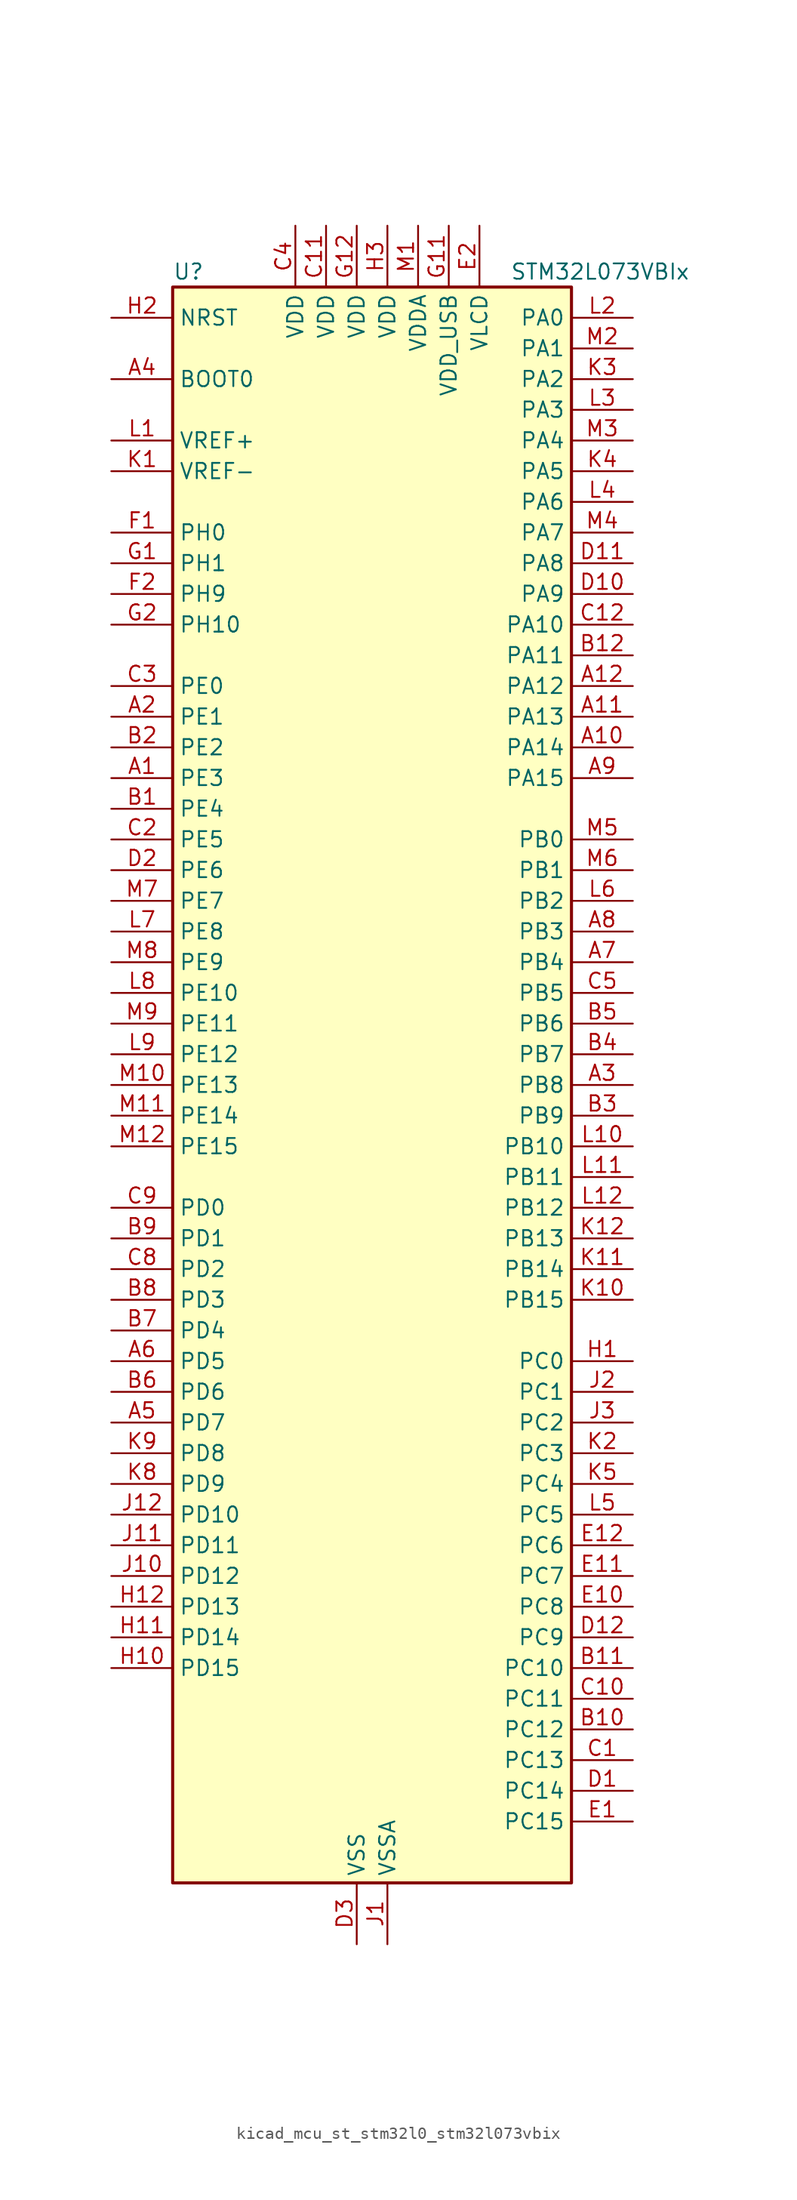
<source format=kicad_sym>
(kicad_symbol_lib
  (version 20220914)
  (generator kicad_symbol_editor)
  (symbol "kicad_mcu_st_stm32l0_stm32l073vbix"
    (property "Reference" "U"
      (at -15.24 67.31 0)
      (effects (font (size 1.27 1.27)) (justify left)))
    (property "Value" "STM32L073VBIx"
      (at 12.7 67.31 0)
      (effects (font (size 1.27 1.27)) (justify left)))
    (property "ki_locked" ""
      (at 0 0 0)
      (effects (font (size 1.27 1.27))))
    (symbol "kicad_mcu_st_stm32l0_stm32l073vbix_0_1"
      (rectangle (start -15.24 -66.04) (end 17.78 66.04) (stroke (width 0.254) (type default)) (fill (type background))))
    (symbol "kicad_mcu_st_stm32l0_stm32l073vbix_1_1"
      (pin bidirectional line (at -20.32 25.4 0) (length 5.08) (name "PE3" (effects (font (size 1.27 1.27)))) (number "A1" (effects (font (size 1.27 1.27)))) (alternate "LCD_SEG39" bidirectional line) (alternate "TIM22_CH1" bidirectional line) (alternate "TIM3_CH1" bidirectional line))
      (pin bidirectional line (at 22.86 27.94 180) (length 5.08) (name "PA14" (effects (font (size 1.27 1.27)))) (number "A10" (effects (font (size 1.27 1.27)))) (alternate "LPUART1_TX" bidirectional line) (alternate "SYS_SWCLK" bidirectional line) (alternate "USART2_TX" bidirectional line))
      (pin bidirectional line (at 22.86 30.48 180) (length 5.08) (name "PA13" (effects (font (size 1.27 1.27)))) (number "A11" (effects (font (size 1.27 1.27)))) (alternate "LPUART1_RX" bidirectional line) (alternate "SYS_SWDIO" bidirectional line) (alternate "USB_NOE" bidirectional line))
      (pin bidirectional line (at 22.86 33.02 180) (length 5.08) (name "PA12" (effects (font (size 1.27 1.27)))) (number "A12" (effects (font (size 1.27 1.27)))) (alternate "COMP2_OUT" bidirectional line) (alternate "SPI1_MOSI" bidirectional line) (alternate "TSC_G4_IO4" bidirectional line) (alternate "USART1_DE" bidirectional line) (alternate "USART1_RTS" bidirectional line) (alternate "USB_DP" bidirectional line))
      (pin bidirectional line (at -20.32 30.48 0) (length 5.08) (name "PE1" (effects (font (size 1.27 1.27)))) (number "A2" (effects (font (size 1.27 1.27)))) (alternate "LCD_SEG37" bidirectional line))
      (pin bidirectional line (at 22.86 0 180) (length 5.08) (name "PB8" (effects (font (size 1.27 1.27)))) (number "A3" (effects (font (size 1.27 1.27)))) (alternate "I2C1_SCL" bidirectional line) (alternate "LCD_SEG16" bidirectional line) (alternate "TSC_SYNC" bidirectional line))
      (pin input line (at -20.32 58.42 0) (length 5.08) (name "BOOT0" (effects (font (size 1.27 1.27)))) (number "A4" (effects (font (size 1.27 1.27)))))
      (pin bidirectional line (at -20.32 -27.94 0) (length 5.08) (name "PD7" (effects (font (size 1.27 1.27)))) (number "A5" (effects (font (size 1.27 1.27)))) (alternate "TIM21_CH2" bidirectional line) (alternate "USART2_CK" bidirectional line))
      (pin bidirectional line (at -20.32 -22.86 0) (length 5.08) (name "PD5" (effects (font (size 1.27 1.27)))) (number "A6" (effects (font (size 1.27 1.27)))) (alternate "USART2_TX" bidirectional line))
      (pin bidirectional line (at 22.86 10.16 180) (length 5.08) (name "PB4" (effects (font (size 1.27 1.27)))) (number "A7" (effects (font (size 1.27 1.27)))) (alternate "COMP2_INP" bidirectional line) (alternate "I2C3_SDA" bidirectional line) (alternate "LCD_SEG8" bidirectional line) (alternate "SPI1_MISO" bidirectional line) (alternate "TIM22_CH1" bidirectional line) (alternate "TIM3_CH1" bidirectional line) (alternate "TSC_G5_IO2" bidirectional line) (alternate "USART1_CTS" bidirectional line) (alternate "USART5_RX" bidirectional line))
      (pin bidirectional line (at 22.86 12.7 180) (length 5.08) (name "PB3" (effects (font (size 1.27 1.27)))) (number "A8" (effects (font (size 1.27 1.27)))) (alternate "COMP2_INM" bidirectional line) (alternate "LCD_SEG7" bidirectional line) (alternate "SPI1_SCK" bidirectional line) (alternate "TIM2_CH2" bidirectional line) (alternate "TSC_G5_IO1" bidirectional line) (alternate "USART1_DE" bidirectional line) (alternate "USART1_RTS" bidirectional line) (alternate "USART5_TX" bidirectional line))
      (pin bidirectional line (at 22.86 25.4 180) (length 5.08) (name "PA15" (effects (font (size 1.27 1.27)))) (number "A9" (effects (font (size 1.27 1.27)))) (alternate "LCD_SEG17" bidirectional line) (alternate "SPI1_NSS" bidirectional line) (alternate "TIM2_CH1" bidirectional line) (alternate "TIM2_ETR" bidirectional line) (alternate "USART2_RX" bidirectional line) (alternate "USART4_DE" bidirectional line) (alternate "USART4_RTS" bidirectional line))
      (pin bidirectional line (at -20.32 22.86 0) (length 5.08) (name "PE4" (effects (font (size 1.27 1.27)))) (number "B1" (effects (font (size 1.27 1.27)))) (alternate "TIM22_CH2" bidirectional line) (alternate "TIM3_CH2" bidirectional line))
      (pin bidirectional line (at 22.86 -53.34 180) (length 5.08) (name "PC12" (effects (font (size 1.27 1.27)))) (number "B10" (effects (font (size 1.27 1.27)))) (alternate "LCD_COM6" bidirectional line) (alternate "LCD_SEG30" bidirectional line) (alternate "LCD_SEG50" bidirectional line) (alternate "USART4_CK" bidirectional line) (alternate "USART5_TX" bidirectional line))
      (pin bidirectional line (at 22.86 -48.26 180) (length 5.08) (name "PC10" (effects (font (size 1.27 1.27)))) (number "B11" (effects (font (size 1.27 1.27)))) (alternate "LCD_COM4" bidirectional line) (alternate "LCD_SEG28" bidirectional line) (alternate "LCD_SEG48" bidirectional line) (alternate "LPUART1_TX" bidirectional line) (alternate "USART4_TX" bidirectional line))
      (pin bidirectional line (at 22.86 35.56 180) (length 5.08) (name "PA11" (effects (font (size 1.27 1.27)))) (number "B12" (effects (font (size 1.27 1.27)))) (alternate "ADC_EXTI11" bidirectional line) (alternate "COMP1_OUT" bidirectional line) (alternate "SPI1_MISO" bidirectional line) (alternate "TSC_G4_IO3" bidirectional line) (alternate "USART1_CTS" bidirectional line) (alternate "USB_DM" bidirectional line))
      (pin bidirectional line (at -20.32 27.94 0) (length 5.08) (name "PE2" (effects (font (size 1.27 1.27)))) (number "B2" (effects (font (size 1.27 1.27)))) (alternate "LCD_SEG38" bidirectional line) (alternate "TIM3_ETR" bidirectional line))
      (pin bidirectional line (at 22.86 -2.54 180) (length 5.08) (name "PB9" (effects (font (size 1.27 1.27)))) (number "B3" (effects (font (size 1.27 1.27)))) (alternate "DAC_EXTI9" bidirectional line) (alternate "I2C1_SDA" bidirectional line) (alternate "I2S2_WS" bidirectional line) (alternate "LCD_COM3" bidirectional line) (alternate "SPI2_NSS" bidirectional line))
      (pin bidirectional line (at 22.86 2.54 180) (length 5.08) (name "PB7" (effects (font (size 1.27 1.27)))) (number "B4" (effects (font (size 1.27 1.27)))) (alternate "COMP2_INP" bidirectional line) (alternate "I2C1_SDA" bidirectional line) (alternate "LPTIM1_IN2" bidirectional line) (alternate "SYS_PVD_IN" bidirectional line) (alternate "TSC_G5_IO4" bidirectional line) (alternate "USART1_RX" bidirectional line) (alternate "USART4_CTS" bidirectional line))
      (pin bidirectional line (at 22.86 5.08 180) (length 5.08) (name "PB6" (effects (font (size 1.27 1.27)))) (number "B5" (effects (font (size 1.27 1.27)))) (alternate "COMP2_INP" bidirectional line) (alternate "I2C1_SCL" bidirectional line) (alternate "LPTIM1_ETR" bidirectional line) (alternate "TSC_G5_IO3" bidirectional line) (alternate "USART1_TX" bidirectional line))
      (pin bidirectional line (at -20.32 -25.4 0) (length 5.08) (name "PD6" (effects (font (size 1.27 1.27)))) (number "B6" (effects (font (size 1.27 1.27)))) (alternate "USART2_RX" bidirectional line))
      (pin bidirectional line (at -20.32 -20.32 0) (length 5.08) (name "PD4" (effects (font (size 1.27 1.27)))) (number "B7" (effects (font (size 1.27 1.27)))) (alternate "I2S2_SD" bidirectional line) (alternate "SPI2_MOSI" bidirectional line) (alternate "USART2_DE" bidirectional line) (alternate "USART2_RTS" bidirectional line))
      (pin bidirectional line (at -20.32 -17.78 0) (length 5.08) (name "PD3" (effects (font (size 1.27 1.27)))) (number "B8" (effects (font (size 1.27 1.27)))) (alternate "I2S2_MCK" bidirectional line) (alternate "LCD_SEG44" bidirectional line) (alternate "SPI2_MISO" bidirectional line) (alternate "USART2_CTS" bidirectional line))
      (pin bidirectional line (at -20.32 -12.7 0) (length 5.08) (name "PD1" (effects (font (size 1.27 1.27)))) (number "B9" (effects (font (size 1.27 1.27)))) (alternate "I2S2_CK" bidirectional line) (alternate "SPI2_SCK" bidirectional line))
      (pin bidirectional line (at 22.86 -55.88 180) (length 5.08) (name "PC13" (effects (font (size 1.27 1.27)))) (number "C1" (effects (font (size 1.27 1.27)))) (alternate "RTC_OUT_ALARM" bidirectional line) (alternate "RTC_OUT_CALIB" bidirectional line) (alternate "RTC_TAMP1" bidirectional line) (alternate "RTC_TS" bidirectional line) (alternate "SYS_WKUP2" bidirectional line))
      (pin bidirectional line (at 22.86 -50.8 180) (length 5.08) (name "PC11" (effects (font (size 1.27 1.27)))) (number "C10" (effects (font (size 1.27 1.27)))) (alternate "ADC_EXTI11" bidirectional line) (alternate "LCD_COM5" bidirectional line) (alternate "LCD_SEG29" bidirectional line) (alternate "LCD_SEG49" bidirectional line) (alternate "LPUART1_RX" bidirectional line) (alternate "USART4_RX" bidirectional line))
      (pin power_in line (at -2.54 71.12 270) (length 5.08) (name "VDD" (effects (font (size 1.27 1.27)))) (number "C11" (effects (font (size 1.27 1.27)))))
      (pin bidirectional line (at 22.86 38.1 180) (length 5.08) (name "PA10" (effects (font (size 1.27 1.27)))) (number "C12" (effects (font (size 1.27 1.27)))) (alternate "I2C1_SDA" bidirectional line) (alternate "LCD_COM2" bidirectional line) (alternate "TSC_G4_IO2" bidirectional line) (alternate "USART1_RX" bidirectional line))
      (pin bidirectional line (at -20.32 20.32 0) (length 5.08) (name "PE5" (effects (font (size 1.27 1.27)))) (number "C2" (effects (font (size 1.27 1.27)))) (alternate "TIM21_CH1" bidirectional line) (alternate "TIM3_CH3" bidirectional line))
      (pin bidirectional line (at -20.32 33.02 0) (length 5.08) (name "PE0" (effects (font (size 1.27 1.27)))) (number "C3" (effects (font (size 1.27 1.27)))) (alternate "LCD_SEG36" bidirectional line))
      (pin power_in line (at -5.08 71.12 270) (length 5.08) (name "VDD" (effects (font (size 1.27 1.27)))) (number "C4" (effects (font (size 1.27 1.27)))))
      (pin bidirectional line (at 22.86 7.62 180) (length 5.08) (name "PB5" (effects (font (size 1.27 1.27)))) (number "C5" (effects (font (size 1.27 1.27)))) (alternate "COMP2_INP" bidirectional line) (alternate "I2C1_SMBA" bidirectional line) (alternate "LCD_SEG9" bidirectional line) (alternate "LPTIM1_IN1" bidirectional line) (alternate "SPI1_MOSI" bidirectional line) (alternate "TIM22_CH2" bidirectional line) (alternate "TIM3_CH2" bidirectional line) (alternate "USART1_CK" bidirectional line) (alternate "USART5_CK" bidirectional line) (alternate "USART5_DE" bidirectional line) (alternate "USART5_RTS" bidirectional line))
      (pin bidirectional line (at -20.32 -15.24 0) (length 5.08) (name "PD2" (effects (font (size 1.27 1.27)))) (number "C8" (effects (font (size 1.27 1.27)))) (alternate "LCD_COM7" bidirectional line) (alternate "LCD_SEG31" bidirectional line) (alternate "LCD_SEG51" bidirectional line) (alternate "LPUART1_DE" bidirectional line) (alternate "LPUART1_RTS" bidirectional line) (alternate "TIM3_ETR" bidirectional line) (alternate "USART5_RX" bidirectional line))
      (pin bidirectional line (at -20.32 -10.16 0) (length 5.08) (name "PD0" (effects (font (size 1.27 1.27)))) (number "C9" (effects (font (size 1.27 1.27)))) (alternate "I2S2_WS" bidirectional line) (alternate "SPI2_NSS" bidirectional line) (alternate "TIM21_CH1" bidirectional line))
      (pin bidirectional line (at 22.86 -58.42 180) (length 5.08) (name "PC14" (effects (font (size 1.27 1.27)))) (number "D1" (effects (font (size 1.27 1.27)))) (alternate "RCC_OSC32_IN" bidirectional line))
      (pin bidirectional line (at 22.86 40.64 180) (length 5.08) (name "PA9" (effects (font (size 1.27 1.27)))) (number "D10" (effects (font (size 1.27 1.27)))) (alternate "DAC_EXTI9" bidirectional line) (alternate "I2C1_SCL" bidirectional line) (alternate "I2C3_SMBA" bidirectional line) (alternate "LCD_COM1" bidirectional line) (alternate "RCC_MCO" bidirectional line) (alternate "TSC_G4_IO1" bidirectional line) (alternate "USART1_TX" bidirectional line))
      (pin bidirectional line (at 22.86 43.18 180) (length 5.08) (name "PA8" (effects (font (size 1.27 1.27)))) (number "D11" (effects (font (size 1.27 1.27)))) (alternate "CRS_SYNC" bidirectional line) (alternate "I2C3_SCL" bidirectional line) (alternate "LCD_COM0" bidirectional line) (alternate "RCC_MCO" bidirectional line) (alternate "USART1_CK" bidirectional line))
      (pin bidirectional line (at 22.86 -45.72 180) (length 5.08) (name "PC9" (effects (font (size 1.27 1.27)))) (number "D12" (effects (font (size 1.27 1.27)))) (alternate "DAC_EXTI9" bidirectional line) (alternate "I2C3_SDA" bidirectional line) (alternate "LCD_SEG27" bidirectional line) (alternate "TIM21_ETR" bidirectional line) (alternate "TIM3_CH4" bidirectional line) (alternate "TSC_G8_IO4" bidirectional line) (alternate "USB_NOE" bidirectional line))
      (pin bidirectional line (at -20.32 17.78 0) (length 5.08) (name "PE6" (effects (font (size 1.27 1.27)))) (number "D2" (effects (font (size 1.27 1.27)))) (alternate "RTC_TAMP3" bidirectional line) (alternate "SYS_WKUP3" bidirectional line) (alternate "TIM21_CH2" bidirectional line) (alternate "TIM3_CH4" bidirectional line))
      (pin power_in line (at 0 -71.12 90) (length 5.08) (name "VSS" (effects (font (size 1.27 1.27)))) (number "D3" (effects (font (size 1.27 1.27)))))
      (pin bidirectional line (at 22.86 -60.96 180) (length 5.08) (name "PC15" (effects (font (size 1.27 1.27)))) (number "E1" (effects (font (size 1.27 1.27)))) (alternate "RCC_OSC32_OUT" bidirectional line))
      (pin bidirectional line (at 22.86 -43.18 180) (length 5.08) (name "PC8" (effects (font (size 1.27 1.27)))) (number "E10" (effects (font (size 1.27 1.27)))) (alternate "LCD_SEG26" bidirectional line) (alternate "TIM22_ETR" bidirectional line) (alternate "TIM3_CH3" bidirectional line) (alternate "TSC_G8_IO3" bidirectional line))
      (pin bidirectional line (at 22.86 -40.64 180) (length 5.08) (name "PC7" (effects (font (size 1.27 1.27)))) (number "E11" (effects (font (size 1.27 1.27)))) (alternate "LCD_SEG25" bidirectional line) (alternate "TIM22_CH2" bidirectional line) (alternate "TIM3_CH2" bidirectional line) (alternate "TSC_G8_IO2" bidirectional line))
      (pin bidirectional line (at 22.86 -38.1 180) (length 5.08) (name "PC6" (effects (font (size 1.27 1.27)))) (number "E12" (effects (font (size 1.27 1.27)))) (alternate "LCD_SEG24" bidirectional line) (alternate "TIM22_CH1" bidirectional line) (alternate "TIM3_CH1" bidirectional line) (alternate "TSC_G8_IO1" bidirectional line))
      (pin power_in line (at 10.16 71.12 270) (length 5.08) (name "VLCD" (effects (font (size 1.27 1.27)))) (number "E2" (effects (font (size 1.27 1.27)))))
      (pin passive line (at 0 -71.12 90) (length 5.08) hide (name "VSS" (effects (font (size 1.27 1.27)))) (number "E3" (effects (font (size 1.27 1.27)))))
      (pin bidirectional line (at -20.32 45.72 0) (length 5.08) (name "PH0" (effects (font (size 1.27 1.27)))) (number "F1" (effects (font (size 1.27 1.27)))) (alternate "CRS_SYNC" bidirectional line) (alternate "RCC_OSC_IN" bidirectional line))
      (pin passive line (at 0 -71.12 90) (length 5.08) hide (name "VSS" (effects (font (size 1.27 1.27)))) (number "F11" (effects (font (size 1.27 1.27)))))
      (pin passive line (at 0 -71.12 90) (length 5.08) hide (name "VSS" (effects (font (size 1.27 1.27)))) (number "F12" (effects (font (size 1.27 1.27)))))
      (pin bidirectional line (at -20.32 40.64 0) (length 5.08) (name "PH9" (effects (font (size 1.27 1.27)))) (number "F2" (effects (font (size 1.27 1.27)))) (alternate "DAC_EXTI9" bidirectional line))
      (pin bidirectional line (at -20.32 43.18 0) (length 5.08) (name "PH1" (effects (font (size 1.27 1.27)))) (number "G1" (effects (font (size 1.27 1.27)))) (alternate "RCC_OSC_OUT" bidirectional line))
      (pin power_in line (at 7.62 71.12 270) (length 5.08) (name "VDD_USB" (effects (font (size 1.27 1.27)))) (number "G11" (effects (font (size 1.27 1.27)))))
      (pin power_in line (at 0 71.12 270) (length 5.08) (name "VDD" (effects (font (size 1.27 1.27)))) (number "G12" (effects (font (size 1.27 1.27)))))
      (pin bidirectional line (at -20.32 38.1 0) (length 5.08) (name "PH10" (effects (font (size 1.27 1.27)))) (number "G2" (effects (font (size 1.27 1.27)))))
      (pin bidirectional line (at 22.86 -22.86 180) (length 5.08) (name "PC0" (effects (font (size 1.27 1.27)))) (number "H1" (effects (font (size 1.27 1.27)))) (alternate "ADC_IN10" bidirectional line) (alternate "I2C3_SCL" bidirectional line) (alternate "LCD_SEG18" bidirectional line) (alternate "LPTIM1_IN1" bidirectional line) (alternate "LPUART1_RX" bidirectional line) (alternate "TSC_G7_IO1" bidirectional line))
      (pin bidirectional line (at -20.32 -48.26 0) (length 5.08) (name "PD15" (effects (font (size 1.27 1.27)))) (number "H10" (effects (font (size 1.27 1.27)))) (alternate "CRS_SYNC" bidirectional line) (alternate "LCD_SEG35" bidirectional line))
      (pin bidirectional line (at -20.32 -45.72 0) (length 5.08) (name "PD14" (effects (font (size 1.27 1.27)))) (number "H11" (effects (font (size 1.27 1.27)))) (alternate "LCD_SEG34" bidirectional line))
      (pin bidirectional line (at -20.32 -43.18 0) (length 5.08) (name "PD13" (effects (font (size 1.27 1.27)))) (number "H12" (effects (font (size 1.27 1.27)))) (alternate "LCD_SEG33" bidirectional line))
      (pin input line (at -20.32 63.5 0) (length 5.08) (name "NRST" (effects (font (size 1.27 1.27)))) (number "H2" (effects (font (size 1.27 1.27)))))
      (pin power_in line (at 2.54 71.12 270) (length 5.08) (name "VDD" (effects (font (size 1.27 1.27)))) (number "H3" (effects (font (size 1.27 1.27)))))
      (pin power_in line (at 2.54 -71.12 90) (length 5.08) (name "VSSA" (effects (font (size 1.27 1.27)))) (number "J1" (effects (font (size 1.27 1.27)))))
      (pin bidirectional line (at -20.32 -40.64 0) (length 5.08) (name "PD12" (effects (font (size 1.27 1.27)))) (number "J10" (effects (font (size 1.27 1.27)))) (alternate "LCD_SEG32" bidirectional line) (alternate "LPUART1_DE" bidirectional line) (alternate "LPUART1_RTS" bidirectional line))
      (pin bidirectional line (at -20.32 -38.1 0) (length 5.08) (name "PD11" (effects (font (size 1.27 1.27)))) (number "J11" (effects (font (size 1.27 1.27)))) (alternate "ADC_EXTI11" bidirectional line) (alternate "LCD_SEG31" bidirectional line) (alternate "LPUART1_CTS" bidirectional line))
      (pin bidirectional line (at -20.32 -35.56 0) (length 5.08) (name "PD10" (effects (font (size 1.27 1.27)))) (number "J12" (effects (font (size 1.27 1.27)))) (alternate "LCD_SEG30" bidirectional line))
      (pin bidirectional line (at 22.86 -25.4 180) (length 5.08) (name "PC1" (effects (font (size 1.27 1.27)))) (number "J2" (effects (font (size 1.27 1.27)))) (alternate "ADC_IN11" bidirectional line) (alternate "I2C3_SDA" bidirectional line) (alternate "LCD_SEG19" bidirectional line) (alternate "LPTIM1_OUT" bidirectional line) (alternate "LPUART1_TX" bidirectional line) (alternate "TSC_G7_IO2" bidirectional line))
      (pin bidirectional line (at 22.86 -27.94 180) (length 5.08) (name "PC2" (effects (font (size 1.27 1.27)))) (number "J3" (effects (font (size 1.27 1.27)))) (alternate "ADC_IN12" bidirectional line) (alternate "I2S2_MCK" bidirectional line) (alternate "LCD_SEG20" bidirectional line) (alternate "LPTIM1_IN2" bidirectional line) (alternate "SPI2_MISO" bidirectional line) (alternate "TSC_G7_IO3" bidirectional line))
      (pin input line (at -20.32 50.8 0) (length 5.08) (name "VREF-" (effects (font (size 1.27 1.27)))) (number "K1" (effects (font (size 1.27 1.27)))))
      (pin bidirectional line (at 22.86 -17.78 180) (length 5.08) (name "PB15" (effects (font (size 1.27 1.27)))) (number "K10" (effects (font (size 1.27 1.27)))) (alternate "I2S2_SD" bidirectional line) (alternate "LCD_SEG15" bidirectional line) (alternate "RTC_REFIN" bidirectional line) (alternate "SPI2_MOSI" bidirectional line))
      (pin bidirectional line (at 22.86 -15.24 180) (length 5.08) (name "PB14" (effects (font (size 1.27 1.27)))) (number "K11" (effects (font (size 1.27 1.27)))) (alternate "I2C2_SDA" bidirectional line) (alternate "I2S2_MCK" bidirectional line) (alternate "LCD_SEG14" bidirectional line) (alternate "LPUART1_DE" bidirectional line) (alternate "LPUART1_RTS" bidirectional line) (alternate "RTC_OUT_ALARM" bidirectional line) (alternate "RTC_OUT_CALIB" bidirectional line) (alternate "SPI2_MISO" bidirectional line) (alternate "TIM21_CH2" bidirectional line) (alternate "TSC_G6_IO4" bidirectional line))
      (pin bidirectional line (at 22.86 -12.7 180) (length 5.08) (name "PB13" (effects (font (size 1.27 1.27)))) (number "K12" (effects (font (size 1.27 1.27)))) (alternate "I2C2_SCL" bidirectional line) (alternate "I2S2_CK" bidirectional line) (alternate "LCD_SEG13" bidirectional line) (alternate "LPUART1_CTS" bidirectional line) (alternate "RCC_MCO" bidirectional line) (alternate "SPI2_SCK" bidirectional line) (alternate "TIM21_CH1" bidirectional line) (alternate "TSC_G6_IO3" bidirectional line))
      (pin bidirectional line (at 22.86 -30.48 180) (length 5.08) (name "PC3" (effects (font (size 1.27 1.27)))) (number "K2" (effects (font (size 1.27 1.27)))) (alternate "ADC_IN13" bidirectional line) (alternate "I2S2_SD" bidirectional line) (alternate "LCD_SEG21" bidirectional line) (alternate "LPTIM1_ETR" bidirectional line) (alternate "SPI2_MOSI" bidirectional line) (alternate "TSC_G7_IO4" bidirectional line))
      (pin bidirectional line (at 22.86 58.42 180) (length 5.08) (name "PA2" (effects (font (size 1.27 1.27)))) (number "K3" (effects (font (size 1.27 1.27)))) (alternate "ADC_IN2" bidirectional line) (alternate "COMP2_INM" bidirectional line) (alternate "COMP2_OUT" bidirectional line) (alternate "LCD_SEG1" bidirectional line) (alternate "LPUART1_TX" bidirectional line) (alternate "TIM21_CH1" bidirectional line) (alternate "TIM2_CH3" bidirectional line) (alternate "TSC_G1_IO3" bidirectional line) (alternate "USART2_TX" bidirectional line))
      (pin bidirectional line (at 22.86 50.8 180) (length 5.08) (name "PA5" (effects (font (size 1.27 1.27)))) (number "K4" (effects (font (size 1.27 1.27)))) (alternate "ADC_IN5" bidirectional line) (alternate "COMP1_INM" bidirectional line) (alternate "COMP2_INM" bidirectional line) (alternate "DAC_OUT2" bidirectional line) (alternate "SPI1_SCK" bidirectional line) (alternate "TIM2_CH1" bidirectional line) (alternate "TIM2_ETR" bidirectional line) (alternate "TSC_G2_IO2" bidirectional line))
      (pin bidirectional line (at 22.86 -33.02 180) (length 5.08) (name "PC4" (effects (font (size 1.27 1.27)))) (number "K5" (effects (font (size 1.27 1.27)))) (alternate "ADC_IN14" bidirectional line) (alternate "LCD_SEG22" bidirectional line) (alternate "LPUART1_TX" bidirectional line))
      (pin bidirectional line (at -20.32 -33.02 0) (length 5.08) (name "PD9" (effects (font (size 1.27 1.27)))) (number "K8" (effects (font (size 1.27 1.27)))) (alternate "DAC_EXTI9" bidirectional line) (alternate "LCD_SEG29" bidirectional line) (alternate "LPUART1_RX" bidirectional line))
      (pin bidirectional line (at -20.32 -30.48 0) (length 5.08) (name "PD8" (effects (font (size 1.27 1.27)))) (number "K9" (effects (font (size 1.27 1.27)))) (alternate "LCD_SEG28" bidirectional line) (alternate "LPUART1_TX" bidirectional line))
      (pin input line (at -20.32 53.34 0) (length 5.08) (name "VREF+" (effects (font (size 1.27 1.27)))) (number "L1" (effects (font (size 1.27 1.27)))))
      (pin bidirectional line (at 22.86 -5.08 180) (length 5.08) (name "PB10" (effects (font (size 1.27 1.27)))) (number "L10" (effects (font (size 1.27 1.27)))) (alternate "I2C2_SCL" bidirectional line) (alternate "LCD_SEG10" bidirectional line) (alternate "LPUART1_RX" bidirectional line) (alternate "LPUART1_TX" bidirectional line) (alternate "SPI2_SCK" bidirectional line) (alternate "TIM2_CH3" bidirectional line) (alternate "TSC_SYNC" bidirectional line))
      (pin bidirectional line (at 22.86 -7.62 180) (length 5.08) (name "PB11" (effects (font (size 1.27 1.27)))) (number "L11" (effects (font (size 1.27 1.27)))) (alternate "ADC_EXTI11" bidirectional line) (alternate "I2C2_SDA" bidirectional line) (alternate "LCD_SEG11" bidirectional line) (alternate "LPUART1_RX" bidirectional line) (alternate "LPUART1_TX" bidirectional line) (alternate "TIM2_CH4" bidirectional line) (alternate "TSC_G6_IO1" bidirectional line))
      (pin bidirectional line (at 22.86 -10.16 180) (length 5.08) (name "PB12" (effects (font (size 1.27 1.27)))) (number "L12" (effects (font (size 1.27 1.27)))) (alternate "I2S2_WS" bidirectional line) (alternate "LCD_SEG12" bidirectional line) (alternate "LCD_VLCD2" bidirectional line) (alternate "LPUART1_DE" bidirectional line) (alternate "LPUART1_RTS" bidirectional line) (alternate "SPI2_NSS" bidirectional line) (alternate "TSC_G6_IO2" bidirectional line))
      (pin bidirectional line (at 22.86 63.5 180) (length 5.08) (name "PA0" (effects (font (size 1.27 1.27)))) (number "L2" (effects (font (size 1.27 1.27)))) (alternate "ADC_IN0" bidirectional line) (alternate "COMP1_INM" bidirectional line) (alternate "COMP1_OUT" bidirectional line) (alternate "RTC_TAMP2" bidirectional line) (alternate "SYS_WKUP1" bidirectional line) (alternate "TIM2_CH1" bidirectional line) (alternate "TIM2_ETR" bidirectional line) (alternate "TSC_G1_IO1" bidirectional line) (alternate "USART2_CTS" bidirectional line) (alternate "USART4_TX" bidirectional line))
      (pin bidirectional line (at 22.86 55.88 180) (length 5.08) (name "PA3" (effects (font (size 1.27 1.27)))) (number "L3" (effects (font (size 1.27 1.27)))) (alternate "ADC_IN3" bidirectional line) (alternate "COMP2_INP" bidirectional line) (alternate "LCD_SEG2" bidirectional line) (alternate "LPUART1_RX" bidirectional line) (alternate "TIM21_CH2" bidirectional line) (alternate "TIM2_CH4" bidirectional line) (alternate "TSC_G1_IO4" bidirectional line) (alternate "USART2_RX" bidirectional line))
      (pin bidirectional line (at 22.86 48.26 180) (length 5.08) (name "PA6" (effects (font (size 1.27 1.27)))) (number "L4" (effects (font (size 1.27 1.27)))) (alternate "ADC_IN6" bidirectional line) (alternate "COMP1_OUT" bidirectional line) (alternate "LCD_SEG3" bidirectional line) (alternate "LPUART1_CTS" bidirectional line) (alternate "SPI1_MISO" bidirectional line) (alternate "TIM22_CH1" bidirectional line) (alternate "TIM3_CH1" bidirectional line) (alternate "TSC_G2_IO3" bidirectional line))
      (pin bidirectional line (at 22.86 -35.56 180) (length 5.08) (name "PC5" (effects (font (size 1.27 1.27)))) (number "L5" (effects (font (size 1.27 1.27)))) (alternate "ADC_IN15" bidirectional line) (alternate "LCD_SEG23" bidirectional line) (alternate "LPUART1_RX" bidirectional line) (alternate "TSC_G3_IO1" bidirectional line))
      (pin bidirectional line (at 22.86 15.24 180) (length 5.08) (name "PB2" (effects (font (size 1.27 1.27)))) (number "L6" (effects (font (size 1.27 1.27)))) (alternate "I2C3_SMBA" bidirectional line) (alternate "LCD_VLCD2" bidirectional line) (alternate "LPTIM1_OUT" bidirectional line) (alternate "TSC_G3_IO4" bidirectional line))
      (pin bidirectional line (at -20.32 12.7 0) (length 5.08) (name "PE8" (effects (font (size 1.27 1.27)))) (number "L7" (effects (font (size 1.27 1.27)))) (alternate "LCD_SEG46" bidirectional line) (alternate "USART4_TX" bidirectional line))
      (pin bidirectional line (at -20.32 7.62 0) (length 5.08) (name "PE10" (effects (font (size 1.27 1.27)))) (number "L8" (effects (font (size 1.27 1.27)))) (alternate "LCD_SEG40" bidirectional line) (alternate "TIM2_CH2" bidirectional line) (alternate "USART5_TX" bidirectional line))
      (pin bidirectional line (at -20.32 2.54 0) (length 5.08) (name "PE12" (effects (font (size 1.27 1.27)))) (number "L9" (effects (font (size 1.27 1.27)))) (alternate "LCD_VLCD3" bidirectional line) (alternate "SPI1_NSS" bidirectional line) (alternate "TIM2_CH4" bidirectional line))
      (pin power_in line (at 5.08 71.12 270) (length 5.08) (name "VDDA" (effects (font (size 1.27 1.27)))) (number "M1" (effects (font (size 1.27 1.27)))))
      (pin bidirectional line (at -20.32 0 0) (length 5.08) (name "PE13" (effects (font (size 1.27 1.27)))) (number "M10" (effects (font (size 1.27 1.27)))) (alternate "LCD_SEG41" bidirectional line) (alternate "SPI1_SCK" bidirectional line))
      (pin bidirectional line (at -20.32 -2.54 0) (length 5.08) (name "PE14" (effects (font (size 1.27 1.27)))) (number "M11" (effects (font (size 1.27 1.27)))) (alternate "LCD_SEG42" bidirectional line) (alternate "SPI1_MISO" bidirectional line))
      (pin bidirectional line (at -20.32 -5.08 0) (length 5.08) (name "PE15" (effects (font (size 1.27 1.27)))) (number "M12" (effects (font (size 1.27 1.27)))) (alternate "LCD_SEG43" bidirectional line) (alternate "SPI1_MOSI" bidirectional line))
      (pin bidirectional line (at 22.86 60.96 180) (length 5.08) (name "PA1" (effects (font (size 1.27 1.27)))) (number "M2" (effects (font (size 1.27 1.27)))) (alternate "ADC_IN1" bidirectional line) (alternate "COMP1_INP" bidirectional line) (alternate "LCD_SEG0" bidirectional line) (alternate "TIM21_ETR" bidirectional line) (alternate "TIM2_CH2" bidirectional line) (alternate "TSC_G1_IO2" bidirectional line) (alternate "USART2_DE" bidirectional line) (alternate "USART2_RTS" bidirectional line) (alternate "USART4_RX" bidirectional line))
      (pin bidirectional line (at 22.86 53.34 180) (length 5.08) (name "PA4" (effects (font (size 1.27 1.27)))) (number "M3" (effects (font (size 1.27 1.27)))) (alternate "ADC_IN4" bidirectional line) (alternate "COMP1_INM" bidirectional line) (alternate "COMP2_INM" bidirectional line) (alternate "DAC_OUT1" bidirectional line) (alternate "SPI1_NSS" bidirectional line) (alternate "TIM22_ETR" bidirectional line) (alternate "TSC_G2_IO1" bidirectional line) (alternate "USART2_CK" bidirectional line))
      (pin bidirectional line (at 22.86 45.72 180) (length 5.08) (name "PA7" (effects (font (size 1.27 1.27)))) (number "M4" (effects (font (size 1.27 1.27)))) (alternate "ADC_IN7" bidirectional line) (alternate "COMP2_OUT" bidirectional line) (alternate "LCD_SEG4" bidirectional line) (alternate "SPI1_MOSI" bidirectional line) (alternate "TIM22_CH2" bidirectional line) (alternate "TIM3_CH2" bidirectional line) (alternate "TSC_G2_IO4" bidirectional line))
      (pin bidirectional line (at 22.86 20.32 180) (length 5.08) (name "PB0" (effects (font (size 1.27 1.27)))) (number "M5" (effects (font (size 1.27 1.27)))) (alternate "ADC_IN8" bidirectional line) (alternate "LCD_SEG5" bidirectional line) (alternate "LCD_VLCD3" bidirectional line) (alternate "SYS_VREF_OUT_PB0" bidirectional line) (alternate "TIM3_CH3" bidirectional line) (alternate "TSC_G3_IO2" bidirectional line))
      (pin bidirectional line (at 22.86 17.78 180) (length 5.08) (name "PB1" (effects (font (size 1.27 1.27)))) (number "M6" (effects (font (size 1.27 1.27)))) (alternate "ADC_IN9" bidirectional line) (alternate "LCD_SEG6" bidirectional line) (alternate "LPUART1_DE" bidirectional line) (alternate "LPUART1_RTS" bidirectional line) (alternate "SYS_VREF_OUT_PB1" bidirectional line) (alternate "TIM3_CH4" bidirectional line) (alternate "TSC_G3_IO3" bidirectional line))
      (pin bidirectional line (at -20.32 15.24 0) (length 5.08) (name "PE7" (effects (font (size 1.27 1.27)))) (number "M7" (effects (font (size 1.27 1.27)))) (alternate "LCD_SEG45" bidirectional line) (alternate "USART5_CK" bidirectional line) (alternate "USART5_DE" bidirectional line) (alternate "USART5_RTS" bidirectional line))
      (pin bidirectional line (at -20.32 10.16 0) (length 5.08) (name "PE9" (effects (font (size 1.27 1.27)))) (number "M8" (effects (font (size 1.27 1.27)))) (alternate "DAC_EXTI9" bidirectional line) (alternate "LCD_SEG47" bidirectional line) (alternate "TIM2_CH1" bidirectional line) (alternate "TIM2_ETR" bidirectional line) (alternate "USART4_RX" bidirectional line))
      (pin bidirectional line (at -20.32 5.08 0) (length 5.08) (name "PE11" (effects (font (size 1.27 1.27)))) (number "M9" (effects (font (size 1.27 1.27)))) (alternate "ADC_EXTI11" bidirectional line) (alternate "LCD_VLCD1" bidirectional line) (alternate "TIM2_CH3" bidirectional line) (alternate "USART5_RX" bidirectional line)))))
</source>
